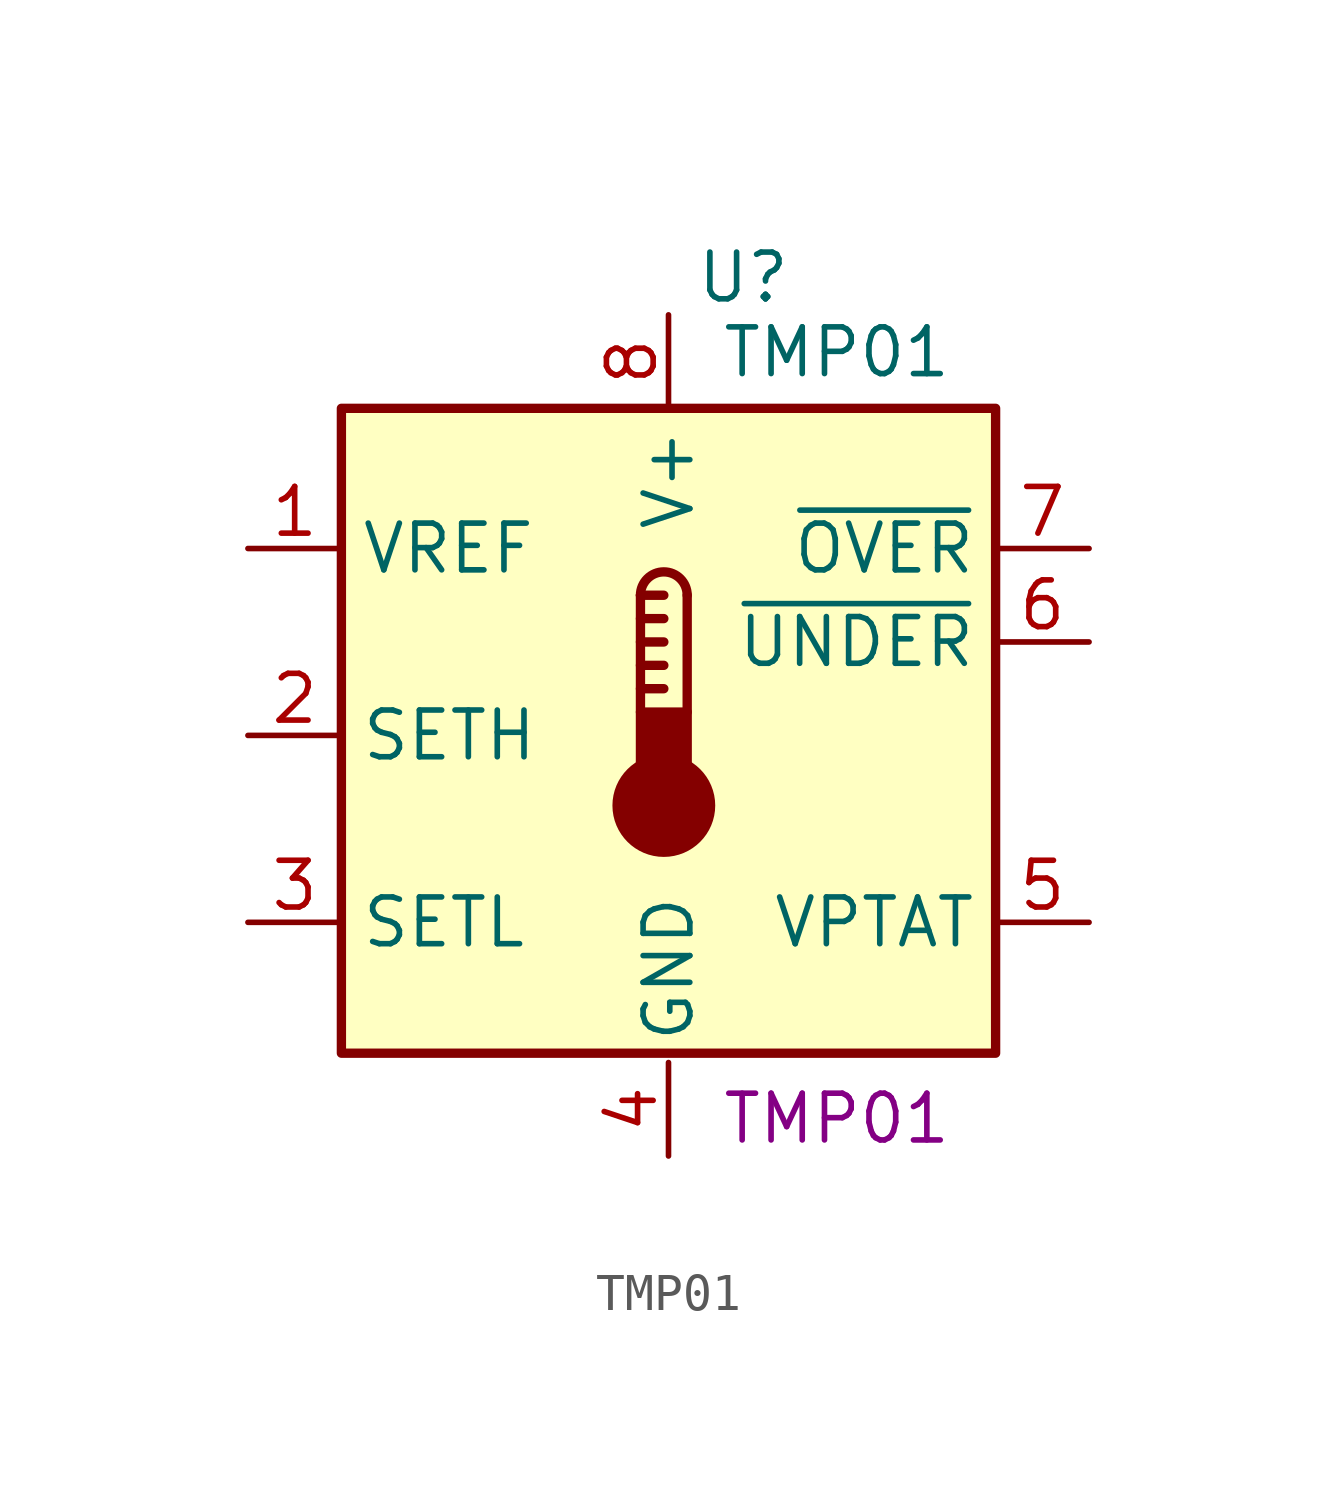
<source format=kicad_sym>
(kicad_symbol_lib
  (version 20231120)
  (generator "kicad_symbol_editor")
  (generator_version "8.0")
  (symbol "TMP01"
    (property "Reference" "U"
      (at 2.032 12.446 0)
      (effects (font (size 1.27 1.27))))
    (property "Value" "TMP01"
      (at 4.572 10.414 0)
      (effects (font (size 1.27 1.27))))
    (property "Part Number" "TMP01"
      (at 4.572 -10.414 0)
      (effects (font (size 1.27 1.27))))
    (symbol "TMP01_1_1"
      (rectangle (start -8.89 8.89) (end 8.89 -8.636) (stroke (width 0.254) (type default)) (fill (type background)))
      (circle (center -0.127 -1.905) (radius 1.27) (stroke (width 0.254) (type default)) (fill (type outline)))
      (polyline (pts (xy -0.762 1.27) (xy -0.127 1.27)) (stroke (width 0.254) (type default)) (fill (type none)))
      (polyline (pts (xy -0.762 1.905) (xy -0.127 1.905)) (stroke (width 0.254) (type default)) (fill (type none)))
      (polyline (pts (xy -0.762 2.54) (xy -0.127 2.54)) (stroke (width 0.254) (type default)) (fill (type none)))
      (polyline (pts (xy -0.762 3.175) (xy -0.127 3.175)) (stroke (width 0.254) (type default)) (fill (type none)))
      (polyline (pts (xy -0.762 3.81) (xy -0.762 0.635)) (stroke (width 0.254) (type default)) (fill (type none)))
      (polyline (pts (xy -0.762 3.81) (xy -0.127 3.81)) (stroke (width 0.254) (type default)) (fill (type none)))
      (polyline (pts (xy 0.508 3.81) (xy 0.508 0.635)) (stroke (width 0.254) (type default)) (fill (type none)))
      (rectangle (start 0.508 -1.27) (end -0.762 0.635) (stroke (width 0.254) (type default)) (fill (type outline)))
      (arc (start 0.508 3.81) (mid -0.127 4.4423) (end -0.762 3.81) (stroke (width 0.254) (type default)) (fill (type none)))
      (pin input line (at -11.43 5.08 0) (length 2.54) (name "VREF" (effects (font (size 1.27 1.27)))) (number "1" (effects (font (size 1.27 1.27)))))
      (pin input line (at -11.43 0 0) (length 2.54) (name "SETH" (effects (font (size 1.27 1.27)))) (number "2" (effects (font (size 1.27 1.27)))))
      (pin input line (at -11.43 -5.08 0) (length 2.54) (name "SETL" (effects (font (size 1.27 1.27)))) (number "3" (effects (font (size 1.27 1.27)))))
      (pin power_in line (at 0 -11.43 90) (length 2.54) (name "GND" (effects (font (size 1.27 1.27)))) (number "4" (effects (font (size 1.27 1.27)))))
      (pin output line (at 11.43 -5.08 180) (length 2.54) (name "VPTAT" (effects (font (size 1.27 1.27)))) (number "5" (effects (font (size 1.27 1.27)))))
      (pin open_collector line (at 11.43 2.54 180) (length 2.54) (name "~{UNDER}" (effects (font (size 1.27 1.27)))) (number "6" (effects (font (size 1.27 1.27)))))
      (pin open_collector line (at 11.43 5.08 180) (length 2.54) (name "~{OVER}" (effects (font (size 1.27 1.27)))) (number "7" (effects (font (size 1.27 1.27)))))
      (pin power_in line (at 0 11.43 270) (length 2.54) (name "V+" (effects (font (size 1.27 1.27)))) (number "8" (effects (font (size 1.27 1.27))))))))
</source>
